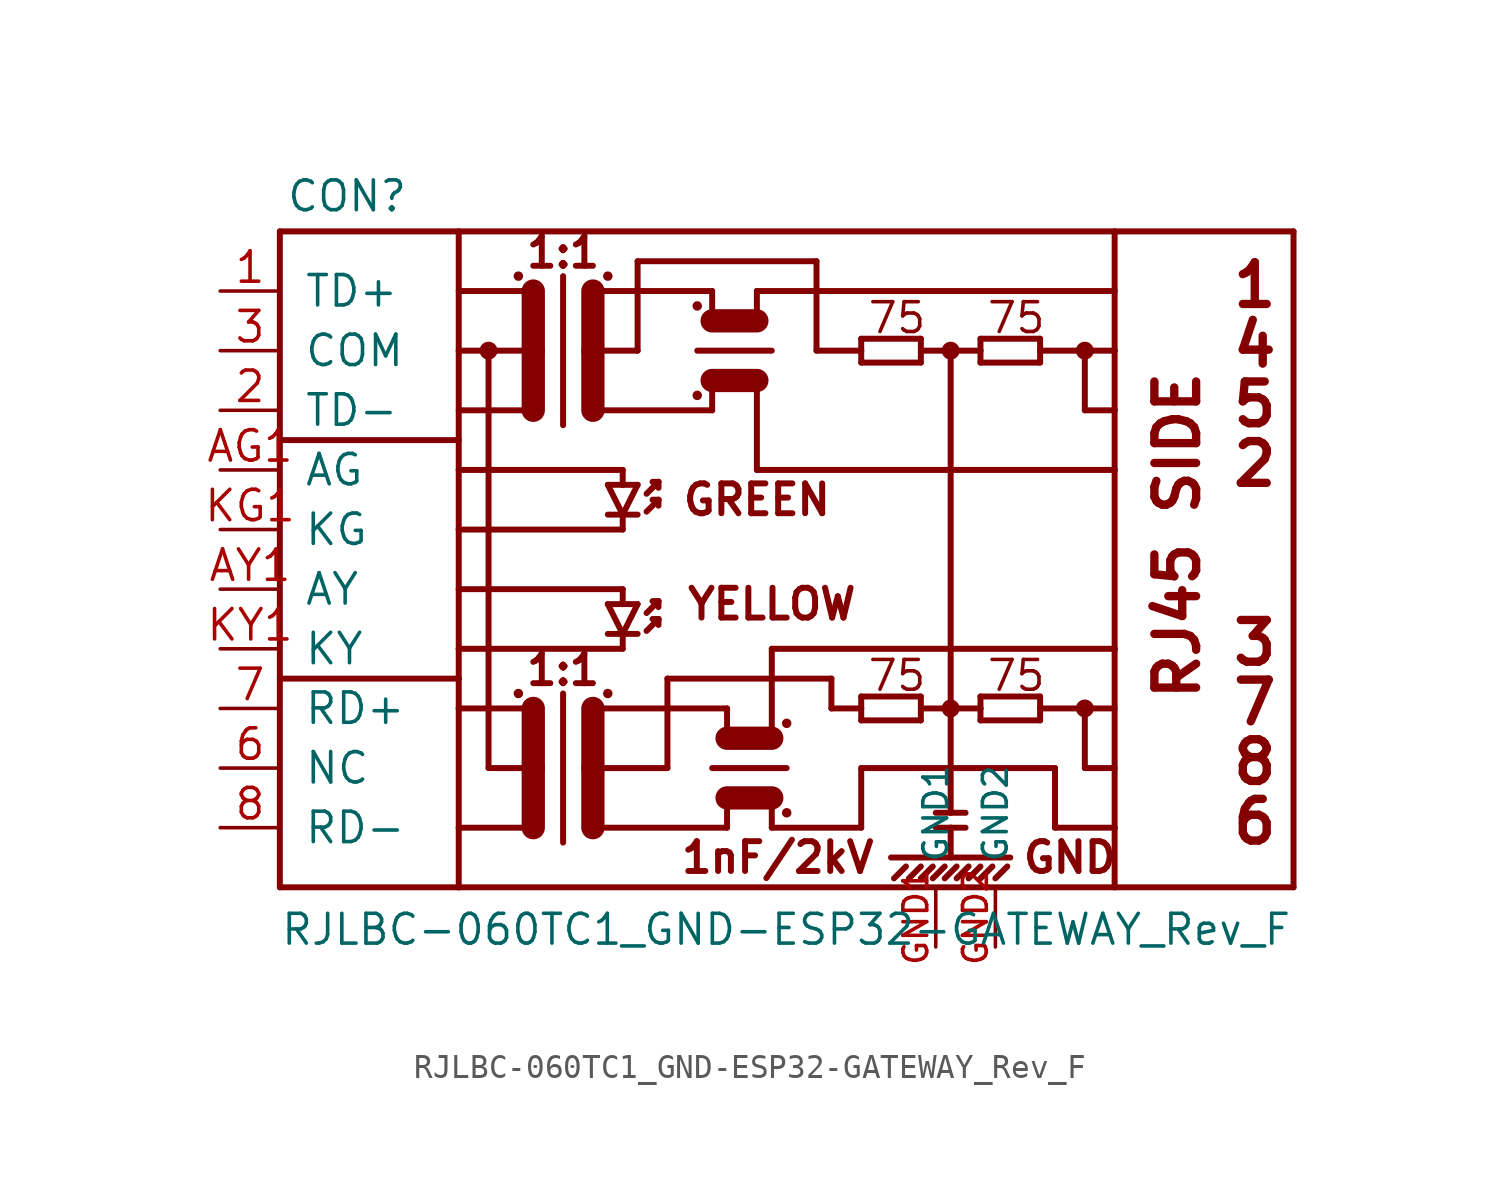
<source format=kicad_sym>
(kicad_symbol_lib
  (version 20220914)
  (generator kicad_symbol_editor)
  (symbol "RJLBC-060TC1_GND-ESP32-GATEWAY_Rev_F"
    (pin_names
      (offset 1.016))
    (property "Reference" "CON"
      (at -22.606 16.002 0)
      (effects (font (size 1.27 1.27)) (justify left bottom)))
    (property "Value" "RJLBC-060TC1_GND-ESP32-GATEWAY_Rev_F"
      (at -22.86 -15.24 0)
      (effects (font (size 1.27 1.27)) (justify left bottom)))
    (property "ki_locked" ""
      (at 0 0 0)
      (effects (font (size 1.27 1.27))))
    (symbol "RJLBC-060TC1_GND-ESP32-GATEWAY_Rev_F_1_0"
      (polyline (pts (xy -22.86 -12.7) (xy -15.24 -12.7)) (stroke (width 0.254) (type solid)) (fill (type none)))
      (polyline (pts (xy -22.86 -3.81) (xy -22.86 -12.7)) (stroke (width 0.254) (type solid)) (fill (type none)))
      (polyline (pts (xy -22.86 -3.81) (xy -15.24 -3.81)) (stroke (width 0.254) (type solid)) (fill (type none)))
      (polyline (pts (xy -22.86 6.35) (xy -22.86 -3.81)) (stroke (width 0.254) (type solid)) (fill (type none)))
      (polyline (pts (xy -22.86 6.35) (xy -15.24 6.35)) (stroke (width 0.254) (type solid)) (fill (type none)))
      (polyline (pts (xy -22.86 15.24) (xy -22.86 6.35)) (stroke (width 0.254) (type solid)) (fill (type none)))
      (polyline (pts (xy -22.86 15.24) (xy -15.24 15.24)) (stroke (width 0.254) (type solid)) (fill (type none)))
      (polyline (pts (xy -15.24 -12.7) (xy 12.7 -12.7)) (stroke (width 0.254) (type solid)) (fill (type none)))
      (polyline (pts (xy -15.24 -10.16) (xy -15.24 -12.7)) (stroke (width 0.254) (type solid)) (fill (type none)))
      (polyline (pts (xy -15.24 -10.16) (xy -12.065 -10.16)) (stroke (width 0.254) (type solid)) (fill (type none)))
      (polyline (pts (xy -15.24 -5.08) (xy -15.24 -10.16)) (stroke (width 0.254) (type solid)) (fill (type none)))
      (polyline (pts (xy -15.24 -3.81) (xy -15.24 -5.08)) (stroke (width 0.254) (type solid)) (fill (type none)))
      (polyline (pts (xy -15.24 -2.54) (xy -15.24 -3.81)) (stroke (width 0.254) (type solid)) (fill (type none)))
      (polyline (pts (xy -15.24 0) (xy -15.24 -2.54)) (stroke (width 0.254) (type solid)) (fill (type none)))
      (polyline (pts (xy -15.24 2.54) (xy -15.24 0)) (stroke (width 0.254) (type solid)) (fill (type none)))
      (polyline (pts (xy -15.24 5.08) (xy -15.24 2.54)) (stroke (width 0.254) (type solid)) (fill (type none)))
      (polyline (pts (xy -15.24 6.35) (xy -15.24 5.08)) (stroke (width 0.254) (type solid)) (fill (type none)))
      (polyline (pts (xy -15.24 10.16) (xy -15.24 6.35)) (stroke (width 0.254) (type solid)) (fill (type none)))
      (polyline (pts (xy -15.24 15.24) (xy -15.24 10.16)) (stroke (width 0.254) (type solid)) (fill (type none)))
      (polyline (pts (xy -15.24 15.24) (xy 12.7 15.24)) (stroke (width 0.254) (type solid)) (fill (type none)))
      (polyline (pts (xy -13.97 -7.62) (xy -12.065 -7.62)) (stroke (width 0.254) (type solid)) (fill (type none)))
      (polyline (pts (xy -13.97 10.16) (xy -15.24 10.16)) (stroke (width 0.254) (type solid)) (fill (type none)))
      (polyline (pts (xy -13.97 10.16) (xy -13.97 -7.62)) (stroke (width 0.254) (type solid)) (fill (type none)))
      (polyline (pts (xy -12.065 -7.62) (xy -12.065 -10.16)) (stroke (width 0.991) (type solid)) (fill (type none)))
      (polyline (pts (xy -12.065 -5.08) (xy -15.24 -5.08)) (stroke (width 0.254) (type solid)) (fill (type none)))
      (polyline (pts (xy -12.065 -5.08) (xy -12.065 -7.62)) (stroke (width 0.991) (type solid)) (fill (type none)))
      (polyline (pts (xy -12.065 7.62) (xy -15.24 7.62)) (stroke (width 0.254) (type solid)) (fill (type none)))
      (polyline (pts (xy -12.065 10.16) (xy -13.97 10.16)) (stroke (width 0.254) (type solid)) (fill (type none)))
      (polyline (pts (xy -12.065 10.16) (xy -12.065 7.62)) (stroke (width 0.991) (type solid)) (fill (type none)))
      (polyline (pts (xy -12.065 12.7) (xy -15.24 12.7)) (stroke (width 0.254) (type solid)) (fill (type none)))
      (polyline (pts (xy -12.065 12.7) (xy -12.065 10.16)) (stroke (width 0.991) (type solid)) (fill (type none)))
      (polyline (pts (xy -10.795 -4.445) (xy -10.795 -10.795)) (stroke (width 0.254) (type solid)) (fill (type none)))
      (polyline (pts (xy -10.795 13.335) (xy -10.795 6.985)) (stroke (width 0.254) (type solid)) (fill (type none)))
      (polyline (pts (xy -9.525 -7.62) (xy -9.525 -10.16)) (stroke (width 0.991) (type solid)) (fill (type none)))
      (polyline (pts (xy -9.525 -7.62) (xy -6.35 -7.62)) (stroke (width 0.254) (type solid)) (fill (type none)))
      (polyline (pts (xy -9.525 -5.08) (xy -9.525 -7.62)) (stroke (width 0.991) (type solid)) (fill (type none)))
      (polyline (pts (xy -9.525 -5.08) (xy -3.81 -5.08)) (stroke (width 0.254) (type solid)) (fill (type none)))
      (polyline (pts (xy -9.525 10.16) (xy -9.525 7.62)) (stroke (width 0.991) (type solid)) (fill (type none)))
      (polyline (pts (xy -9.525 10.16) (xy -7.62 10.16)) (stroke (width 0.254) (type solid)) (fill (type none)))
      (polyline (pts (xy -9.525 12.7) (xy -9.525 10.16)) (stroke (width 0.991) (type solid)) (fill (type none)))
      (polyline (pts (xy -9.525 12.7) (xy -4.445 12.7)) (stroke (width 0.254) (type solid)) (fill (type none)))
      (polyline (pts (xy -8.89 -1.905) (xy -8.255 -1.905)) (stroke (width 0.254) (type solid)) (fill (type none)))
      (polyline (pts (xy -8.89 -0.635) (xy -8.255 -0.635)) (stroke (width 0.254) (type solid)) (fill (type none)))
      (polyline (pts (xy -8.89 3.175) (xy -8.255 3.175)) (stroke (width 0.254) (type solid)) (fill (type none)))
      (polyline (pts (xy -8.89 4.445) (xy -8.255 4.445)) (stroke (width 0.254) (type solid)) (fill (type none)))
      (polyline (pts (xy -8.255 -2.54) (xy -15.24 -2.54)) (stroke (width 0.254) (type solid)) (fill (type none)))
      (polyline (pts (xy -8.255 -1.905) (xy -8.89 -0.635)) (stroke (width 0.254) (type solid)) (fill (type none)))
      (polyline (pts (xy -8.255 -1.905) (xy -8.255 -2.54)) (stroke (width 0.254) (type solid)) (fill (type none)))
      (polyline (pts (xy -8.255 -1.905) (xy -7.62 -1.905)) (stroke (width 0.254) (type solid)) (fill (type none)))
      (polyline (pts (xy -8.255 -0.635) (xy -8.255 0)) (stroke (width 0.254) (type solid)) (fill (type none)))
      (polyline (pts (xy -8.255 -0.635) (xy -7.62 -0.635)) (stroke (width 0.254) (type solid)) (fill (type none)))
      (polyline (pts (xy -8.255 0) (xy -15.24 0)) (stroke (width 0.254) (type solid)) (fill (type none)))
      (polyline (pts (xy -8.255 2.54) (xy -15.24 2.54)) (stroke (width 0.254) (type solid)) (fill (type none)))
      (polyline (pts (xy -8.255 3.175) (xy -8.89 4.445)) (stroke (width 0.254) (type solid)) (fill (type none)))
      (polyline (pts (xy -8.255 3.175) (xy -8.255 2.54)) (stroke (width 0.254) (type solid)) (fill (type none)))
      (polyline (pts (xy -8.255 3.175) (xy -7.62 3.175)) (stroke (width 0.254) (type solid)) (fill (type none)))
      (polyline (pts (xy -8.255 4.445) (xy -8.255 5.08)) (stroke (width 0.254) (type solid)) (fill (type none)))
      (polyline (pts (xy -8.255 4.445) (xy -7.62 4.445)) (stroke (width 0.254) (type solid)) (fill (type none)))
      (polyline (pts (xy -8.255 5.08) (xy -15.24 5.08)) (stroke (width 0.254) (type solid)) (fill (type none)))
      (polyline (pts (xy -7.62 -0.635) (xy -8.255 -1.905)) (stroke (width 0.254) (type solid)) (fill (type none)))
      (polyline (pts (xy -7.62 4.445) (xy -8.255 3.175)) (stroke (width 0.254) (type solid)) (fill (type none)))
      (polyline (pts (xy -7.62 10.16) (xy -7.62 13.97)) (stroke (width 0.254) (type solid)) (fill (type none)))
      (polyline (pts (xy -7.62 13.97) (xy 0 13.97)) (stroke (width 0.254) (type solid)) (fill (type none)))
      (polyline (pts (xy -7.239 -1.778) (xy -6.731 -1.27)) (stroke (width 0.254) (type solid)) (fill (type none)))
      (polyline (pts (xy -7.239 -1.016) (xy -6.731 -0.508)) (stroke (width 0.254) (type solid)) (fill (type none)))
      (polyline (pts (xy -7.239 3.302) (xy -6.731 3.81)) (stroke (width 0.254) (type solid)) (fill (type none)))
      (polyline (pts (xy -7.239 4.064) (xy -6.731 4.572)) (stroke (width 0.254) (type solid)) (fill (type none)))
      (polyline (pts (xy -6.731 -1.27) (xy -6.985 -1.27)) (stroke (width 0.254) (type solid)) (fill (type none)))
      (polyline (pts (xy -6.731 -1.27) (xy -6.731 -1.524)) (stroke (width 0.254) (type solid)) (fill (type none)))
      (polyline (pts (xy -6.731 -0.508) (xy -6.985 -0.508)) (stroke (width 0.254) (type solid)) (fill (type none)))
      (polyline (pts (xy -6.731 -0.508) (xy -6.731 -0.762)) (stroke (width 0.254) (type solid)) (fill (type none)))
      (polyline (pts (xy -6.731 3.81) (xy -6.985 3.81)) (stroke (width 0.254) (type solid)) (fill (type none)))
      (polyline (pts (xy -6.731 3.81) (xy -6.731 3.556)) (stroke (width 0.254) (type solid)) (fill (type none)))
      (polyline (pts (xy -6.731 4.572) (xy -6.985 4.572)) (stroke (width 0.254) (type solid)) (fill (type none)))
      (polyline (pts (xy -6.731 4.572) (xy -6.731 4.318)) (stroke (width 0.254) (type solid)) (fill (type none)))
      (polyline (pts (xy -6.35 -7.62) (xy -6.35 -3.81)) (stroke (width 0.254) (type solid)) (fill (type none)))
      (polyline (pts (xy -6.35 -3.81) (xy 0.635 -3.81)) (stroke (width 0.254) (type solid)) (fill (type none)))
      (polyline (pts (xy -5.08 10.16) (xy -1.905 10.16)) (stroke (width 0.254) (type solid)) (fill (type none)))
      (polyline (pts (xy -4.445 -7.62) (xy -1.27 -7.62)) (stroke (width 0.254) (type solid)) (fill (type none)))
      (polyline (pts (xy -4.445 7.62) (xy -9.525 7.62)) (stroke (width 0.254) (type solid)) (fill (type none)))
      (polyline (pts (xy -4.445 8.89) (xy -4.445 7.62)) (stroke (width 0.254) (type solid)) (fill (type none)))
      (polyline (pts (xy -4.445 8.89) (xy -2.54 8.89)) (stroke (width 0.991) (type solid)) (fill (type none)))
      (polyline (pts (xy -4.445 11.43) (xy -4.445 12.7)) (stroke (width 0.254) (type solid)) (fill (type none)))
      (polyline (pts (xy -4.445 11.43) (xy -2.54 11.43)) (stroke (width 0.991) (type solid)) (fill (type none)))
      (polyline (pts (xy -3.81 -10.16) (xy -9.525 -10.16)) (stroke (width 0.254) (type solid)) (fill (type none)))
      (polyline (pts (xy -3.81 -10.16) (xy -3.81 -8.89)) (stroke (width 0.254) (type solid)) (fill (type none)))
      (polyline (pts (xy -3.81 -8.89) (xy -1.905 -8.89)) (stroke (width 0.991) (type solid)) (fill (type none)))
      (polyline (pts (xy -3.81 -6.35) (xy -3.81 -5.08)) (stroke (width 0.254) (type solid)) (fill (type none)))
      (polyline (pts (xy -3.81 -6.35) (xy -1.905 -6.35)) (stroke (width 0.991) (type solid)) (fill (type none)))
      (polyline (pts (xy -2.54 5.08) (xy 12.7 5.08)) (stroke (width 0.254) (type solid)) (fill (type none)))
      (polyline (pts (xy -2.54 8.89) (xy -2.54 5.08)) (stroke (width 0.254) (type solid)) (fill (type none)))
      (polyline (pts (xy -2.54 11.43) (xy -2.54 12.7)) (stroke (width 0.254) (type solid)) (fill (type none)))
      (polyline (pts (xy -2.54 12.7) (xy 12.7 12.7)) (stroke (width 0.254) (type solid)) (fill (type none)))
      (polyline (pts (xy -1.905 -8.89) (xy -1.905 -10.16)) (stroke (width 0.254) (type solid)) (fill (type none)))
      (polyline (pts (xy -1.905 -6.35) (xy -1.905 -2.54)) (stroke (width 0.254) (type solid)) (fill (type none)))
      (polyline (pts (xy -1.905 -2.54) (xy 12.7 -2.54)) (stroke (width 0.254) (type solid)) (fill (type none)))
      (polyline (pts (xy 0 10.16) (xy 1.905 10.16)) (stroke (width 0.254) (type solid)) (fill (type none)))
      (polyline (pts (xy 0 13.97) (xy 0 10.16)) (stroke (width 0.254) (type solid)) (fill (type none)))
      (polyline (pts (xy 0.635 -5.08) (xy 1.905 -5.08)) (stroke (width 0.254) (type solid)) (fill (type none)))
      (polyline (pts (xy 0.635 -3.81) (xy 0.635 -5.08)) (stroke (width 0.254) (type solid)) (fill (type none)))
      (polyline (pts (xy 1.905 -10.16) (xy -1.905 -10.16)) (stroke (width 0.254) (type solid)) (fill (type none)))
      (polyline (pts (xy 1.905 -7.62) (xy 1.905 -10.16)) (stroke (width 0.254) (type solid)) (fill (type none)))
      (polyline (pts (xy 1.905 -5.588) (xy 4.445 -5.588)) (stroke (width 0.254) (type solid)) (fill (type none)))
      (polyline (pts (xy 1.905 -5.08) (xy 1.905 -5.588)) (stroke (width 0.254) (type solid)) (fill (type none)))
      (polyline (pts (xy 1.905 -4.572) (xy 1.905 -5.08)) (stroke (width 0.254) (type solid)) (fill (type none)))
      (polyline (pts (xy 1.905 9.652) (xy 4.445 9.652)) (stroke (width 0.254) (type solid)) (fill (type none)))
      (polyline (pts (xy 1.905 10.16) (xy 1.905 9.652)) (stroke (width 0.254) (type solid)) (fill (type none)))
      (polyline (pts (xy 1.905 10.668) (xy 1.905 10.16)) (stroke (width 0.254) (type solid)) (fill (type none)))
      (polyline (pts (xy 3.175 -11.43) (xy 8.255 -11.43)) (stroke (width 0.254) (type solid)) (fill (type none)))
      (polyline (pts (xy 3.302 -12.319) (xy 3.81 -11.811)) (stroke (width 0.254) (type solid)) (fill (type none)))
      (polyline (pts (xy 3.937 -12.319) (xy 4.445 -11.811)) (stroke (width 0.254) (type solid)) (fill (type none)))
      (polyline (pts (xy 4.445 -12.319) (xy 4.953 -11.811)) (stroke (width 0.254) (type solid)) (fill (type none)))
      (polyline (pts (xy 4.445 -5.588) (xy 4.445 -4.572)) (stroke (width 0.254) (type solid)) (fill (type none)))
      (polyline (pts (xy 4.445 -5.08) (xy 5.715 -5.08)) (stroke (width 0.254) (type solid)) (fill (type none)))
      (polyline (pts (xy 4.445 -4.572) (xy 1.905 -4.572)) (stroke (width 0.254) (type solid)) (fill (type none)))
      (polyline (pts (xy 4.445 9.652) (xy 4.445 10.668)) (stroke (width 0.254) (type solid)) (fill (type none)))
      (polyline (pts (xy 4.445 10.16) (xy 5.715 10.16)) (stroke (width 0.254) (type solid)) (fill (type none)))
      (polyline (pts (xy 4.445 10.668) (xy 1.905 10.668)) (stroke (width 0.254) (type solid)) (fill (type none)))
      (polyline (pts (xy 4.953 -12.319) (xy 5.461 -11.811)) (stroke (width 0.254) (type solid)) (fill (type none)))
      (polyline (pts (xy 5.08 -10.16) (xy 5.715 -10.16)) (stroke (width 0.254) (type solid)) (fill (type none)))
      (polyline (pts (xy 5.08 -9.525) (xy 6.35 -9.525)) (stroke (width 0.254) (type solid)) (fill (type none)))
      (polyline (pts (xy 5.461 -12.319) (xy 5.969 -11.811)) (stroke (width 0.254) (type solid)) (fill (type none)))
      (polyline (pts (xy 5.715 -10.16) (xy 5.715 -11.43)) (stroke (width 0.254) (type solid)) (fill (type none)))
      (polyline (pts (xy 5.715 -10.16) (xy 6.35 -10.16)) (stroke (width 0.254) (type solid)) (fill (type none)))
      (polyline (pts (xy 5.715 -5.08) (xy 5.715 -9.525)) (stroke (width 0.254) (type solid)) (fill (type none)))
      (polyline (pts (xy 5.715 -5.08) (xy 6.985 -5.08)) (stroke (width 0.254) (type solid)) (fill (type none)))
      (polyline (pts (xy 5.715 10.16) (xy 5.715 -5.08)) (stroke (width 0.254) (type solid)) (fill (type none)))
      (polyline (pts (xy 5.715 10.16) (xy 6.985 10.16)) (stroke (width 0.254) (type solid)) (fill (type none)))
      (polyline (pts (xy 5.969 -12.319) (xy 6.477 -11.811)) (stroke (width 0.254) (type solid)) (fill (type none)))
      (polyline (pts (xy 6.477 -12.319) (xy 6.985 -11.811)) (stroke (width 0.254) (type solid)) (fill (type none)))
      (polyline (pts (xy 6.985 -12.319) (xy 7.493 -11.811)) (stroke (width 0.254) (type solid)) (fill (type none)))
      (polyline (pts (xy 6.985 -5.588) (xy 9.525 -5.588)) (stroke (width 0.254) (type solid)) (fill (type none)))
      (polyline (pts (xy 6.985 -5.08) (xy 6.985 -5.588)) (stroke (width 0.254) (type solid)) (fill (type none)))
      (polyline (pts (xy 6.985 -4.572) (xy 6.985 -5.08)) (stroke (width 0.254) (type solid)) (fill (type none)))
      (polyline (pts (xy 6.985 9.652) (xy 9.525 9.652)) (stroke (width 0.254) (type solid)) (fill (type none)))
      (polyline (pts (xy 6.985 10.16) (xy 6.985 9.652)) (stroke (width 0.254) (type solid)) (fill (type none)))
      (polyline (pts (xy 6.985 10.668) (xy 6.985 10.16)) (stroke (width 0.254) (type solid)) (fill (type none)))
      (polyline (pts (xy 7.62 -12.319) (xy 8.128 -11.811)) (stroke (width 0.254) (type solid)) (fill (type none)))
      (polyline (pts (xy 9.525 -5.588) (xy 9.525 -5.08)) (stroke (width 0.254) (type solid)) (fill (type none)))
      (polyline (pts (xy 9.525 -5.08) (xy 9.525 -4.572)) (stroke (width 0.254) (type solid)) (fill (type none)))
      (polyline (pts (xy 9.525 -5.08) (xy 11.43 -5.08)) (stroke (width 0.254) (type solid)) (fill (type none)))
      (polyline (pts (xy 9.525 -4.572) (xy 6.985 -4.572)) (stroke (width 0.254) (type solid)) (fill (type none)))
      (polyline (pts (xy 9.525 9.652) (xy 9.525 10.16)) (stroke (width 0.254) (type solid)) (fill (type none)))
      (polyline (pts (xy 9.525 10.16) (xy 9.525 10.668)) (stroke (width 0.254) (type solid)) (fill (type none)))
      (polyline (pts (xy 9.525 10.16) (xy 11.43 10.16)) (stroke (width 0.254) (type solid)) (fill (type none)))
      (polyline (pts (xy 9.525 10.668) (xy 6.985 10.668)) (stroke (width 0.254) (type solid)) (fill (type none)))
      (polyline (pts (xy 10.16 -10.16) (xy 10.16 -7.62)) (stroke (width 0.254) (type solid)) (fill (type none)))
      (polyline (pts (xy 10.16 -7.62) (xy 1.905 -7.62)) (stroke (width 0.254) (type solid)) (fill (type none)))
      (polyline (pts (xy 11.43 -7.62) (xy 12.7 -7.62)) (stroke (width 0.254) (type solid)) (fill (type none)))
      (polyline (pts (xy 11.43 -5.08) (xy 11.43 -7.62)) (stroke (width 0.254) (type solid)) (fill (type none)))
      (polyline (pts (xy 11.43 -5.08) (xy 12.7 -5.08)) (stroke (width 0.254) (type solid)) (fill (type none)))
      (polyline (pts (xy 11.43 7.62) (xy 12.7 7.62)) (stroke (width 0.254) (type solid)) (fill (type none)))
      (polyline (pts (xy 11.43 10.16) (xy 11.43 7.62)) (stroke (width 0.254) (type solid)) (fill (type none)))
      (polyline (pts (xy 11.43 10.16) (xy 12.7 10.16)) (stroke (width 0.254) (type solid)) (fill (type none)))
      (polyline (pts (xy 12.7 -12.7) (xy 20.32 -12.7)) (stroke (width 0.254) (type solid)) (fill (type none)))
      (polyline (pts (xy 12.7 -10.16) (xy 10.16 -10.16)) (stroke (width 0.254) (type solid)) (fill (type none)))
      (polyline (pts (xy 12.7 -10.16) (xy 12.7 -12.7)) (stroke (width 0.254) (type solid)) (fill (type none)))
      (polyline (pts (xy 12.7 -2.54) (xy 12.7 -10.16)) (stroke (width 0.254) (type solid)) (fill (type none)))
      (polyline (pts (xy 12.7 5.08) (xy 12.7 -2.54)) (stroke (width 0.254) (type solid)) (fill (type none)))
      (polyline (pts (xy 12.7 7.62) (xy 12.7 5.08)) (stroke (width 0.254) (type solid)) (fill (type none)))
      (polyline (pts (xy 12.7 10.16) (xy 12.7 7.62)) (stroke (width 0.254) (type solid)) (fill (type none)))
      (polyline (pts (xy 12.7 12.7) (xy 12.7 10.16)) (stroke (width 0.254) (type solid)) (fill (type none)))
      (polyline (pts (xy 12.7 15.24) (xy 12.7 12.7)) (stroke (width 0.254) (type solid)) (fill (type none)))
      (polyline (pts (xy 12.7 15.24) (xy 20.32 15.24)) (stroke (width 0.254) (type solid)) (fill (type none)))
      (polyline (pts (xy 20.32 15.24) (xy 20.32 -12.7)) (stroke (width 0.254) (type solid)) (fill (type none)))
      (text "1" (at 18.669 12.954 0) (effects (font (size 1.778 1.778) bold)))
      (text "1:1" (at -10.795 -3.429 0) (effects (font (size 1.27 1.27) bold)))
      (text "1:1" (at -10.795 14.351 0) (effects (font (size 1.27 1.27) bold)))
      (text "1nF/2kV" (at -1.651 -11.43 0) (effects (font (size 1.27 1.27) bold)))
      (text "2" (at 18.669 5.334 0) (effects (font (size 1.778 1.778) bold)))
      (text "3" (at 18.669 -2.286 0) (effects (font (size 1.778 1.778) bold)))
      (text "4" (at 18.669 10.414 0) (effects (font (size 1.778 1.778) bold)))
      (text "5" (at 18.669 7.874 0) (effects (font (size 1.778 1.778) bold)))
      (text "6" (at 18.669 -9.906 0) (effects (font (size 1.778 1.778) bold)))
      (text "7" (at 18.669 -4.826 0) (effects (font (size 1.778 1.778) bold)))
      (text "75" (at 3.429 -3.683 0) (effects (font (size 1.27 1.27))))
      (text "75" (at 3.429 11.557 0) (effects (font (size 1.27 1.27))))
      (text "75" (at 8.509 -3.683 0) (effects (font (size 1.27 1.27))))
      (text "75" (at 8.509 11.557 0) (effects (font (size 1.27 1.27))))
      (text "8" (at 18.669 -7.366 0) (effects (font (size 1.778 1.778) bold)))
      (text "GND" (at 10.795 -11.43 0) (effects (font (size 1.27 1.27) bold)))
      (text "GREEN" (at -2.54 3.81 0) (effects (font (size 1.27 1.27) bold)))
      (text "RJ45 SIDE" (at 15.367 2.286 900) (effects (font (size 1.778 1.778) bold)))
      (text "YELLOW" (at -1.905 -0.635 0) (effects (font (size 1.27 1.27) bold))))
    (symbol "RJLBC-060TC1_GND-ESP32-GATEWAY_Rev_F_1_1"
      (circle (center -13.97 10.16) (radius 0.254) (stroke (width 0.254) (type solid)) (fill (type none)))
      (circle (center -12.7 -4.445) (radius 0.127) (stroke (width 0) (type solid)) (fill (type outline)))
      (circle (center -12.7 13.335) (radius 0.127) (stroke (width 0) (type solid)) (fill (type outline)))
      (circle (center -8.89 -4.445) (radius 0.127) (stroke (width 0) (type solid)) (fill (type outline)))
      (circle (center -8.89 13.335) (radius 0.127) (stroke (width 0) (type solid)) (fill (type outline)))
      (circle (center -5.08 8.255) (radius 0.127) (stroke (width 0) (type solid)) (fill (type outline)))
      (circle (center -5.08 12.065) (radius 0.127) (stroke (width 0) (type solid)) (fill (type outline)))
      (circle (center -1.27 -9.525) (radius 0.127) (stroke (width 0) (type solid)) (fill (type outline)))
      (circle (center -1.27 -5.715) (radius 0.127) (stroke (width 0) (type solid)) (fill (type outline)))
      (circle (center 5.715 -5.08) (radius 0.254) (stroke (width 0.254) (type solid)) (fill (type none)))
      (circle (center 5.715 10.16) (radius 0.254) (stroke (width 0.254) (type solid)) (fill (type none)))
      (circle (center 11.43 -5.08) (radius 0.254) (stroke (width 0.254) (type solid)) (fill (type none)))
      (circle (center 11.43 10.16) (radius 0.254) (stroke (width 0.254) (type solid)) (fill (type none)))
      (pin bidirectional line (at -25.4 12.7 0) (length 2.54) (name "TD+" (effects (font (size 1.295 1.295)))) (number "1" (effects (font (size 1.295 1.295)))))
      (pin bidirectional line (at -25.4 7.62 0) (length 2.54) (name "TD-" (effects (font (size 1.295 1.295)))) (number "2" (effects (font (size 1.295 1.295)))))
      (pin bidirectional line (at -25.4 10.16 0) (length 2.54) (name "COM" (effects (font (size 1.295 1.295)))) (number "3" (effects (font (size 1.295 1.295)))))
      (pin bidirectional line (at -25.4 -7.62 0) (length 2.54) (name "NC" (effects (font (size 1.295 1.295)))) (number "6" (effects (font (size 1.295 1.295)))))
      (pin bidirectional line (at -25.4 -5.08 0) (length 2.54) (name "RD+" (effects (font (size 1.295 1.295)))) (number "7" (effects (font (size 1.295 1.295)))))
      (pin bidirectional line (at -25.4 -10.16 0) (length 2.54) (name "RD-" (effects (font (size 1.295 1.295)))) (number "8" (effects (font (size 1.295 1.295)))))
      (pin passive line (at -25.4 5.08 0) (length 2.54) (name "AG" (effects (font (size 1.295 1.295)))) (number "AG1" (effects (font (size 1.295 1.295)))))
      (pin passive line (at -25.4 0 0) (length 2.54) (name "AY" (effects (font (size 1.295 1.295)))) (number "AY1" (effects (font (size 1.295 1.295)))))
      (pin input line (at 5.08 -15.24 90) (length 2.54) (name "GND1" (effects (font (size 1.016 1.016)))) (number "GND1" (effects (font (size 1.016 1.016)))))
      (pin input line (at 7.62 -15.24 90) (length 2.54) (name "GND2" (effects (font (size 1.016 1.016)))) (number "GND2" (effects (font (size 1.016 1.016)))))
      (pin passive line (at -25.4 2.54 0) (length 2.54) (name "KG" (effects (font (size 1.295 1.295)))) (number "KG1" (effects (font (size 1.295 1.295)))))
      (pin passive line (at -25.4 -2.54 0) (length 2.54) (name "KY" (effects (font (size 1.295 1.295)))) (number "KY1" (effects (font (size 1.295 1.295))))))))
</source>
